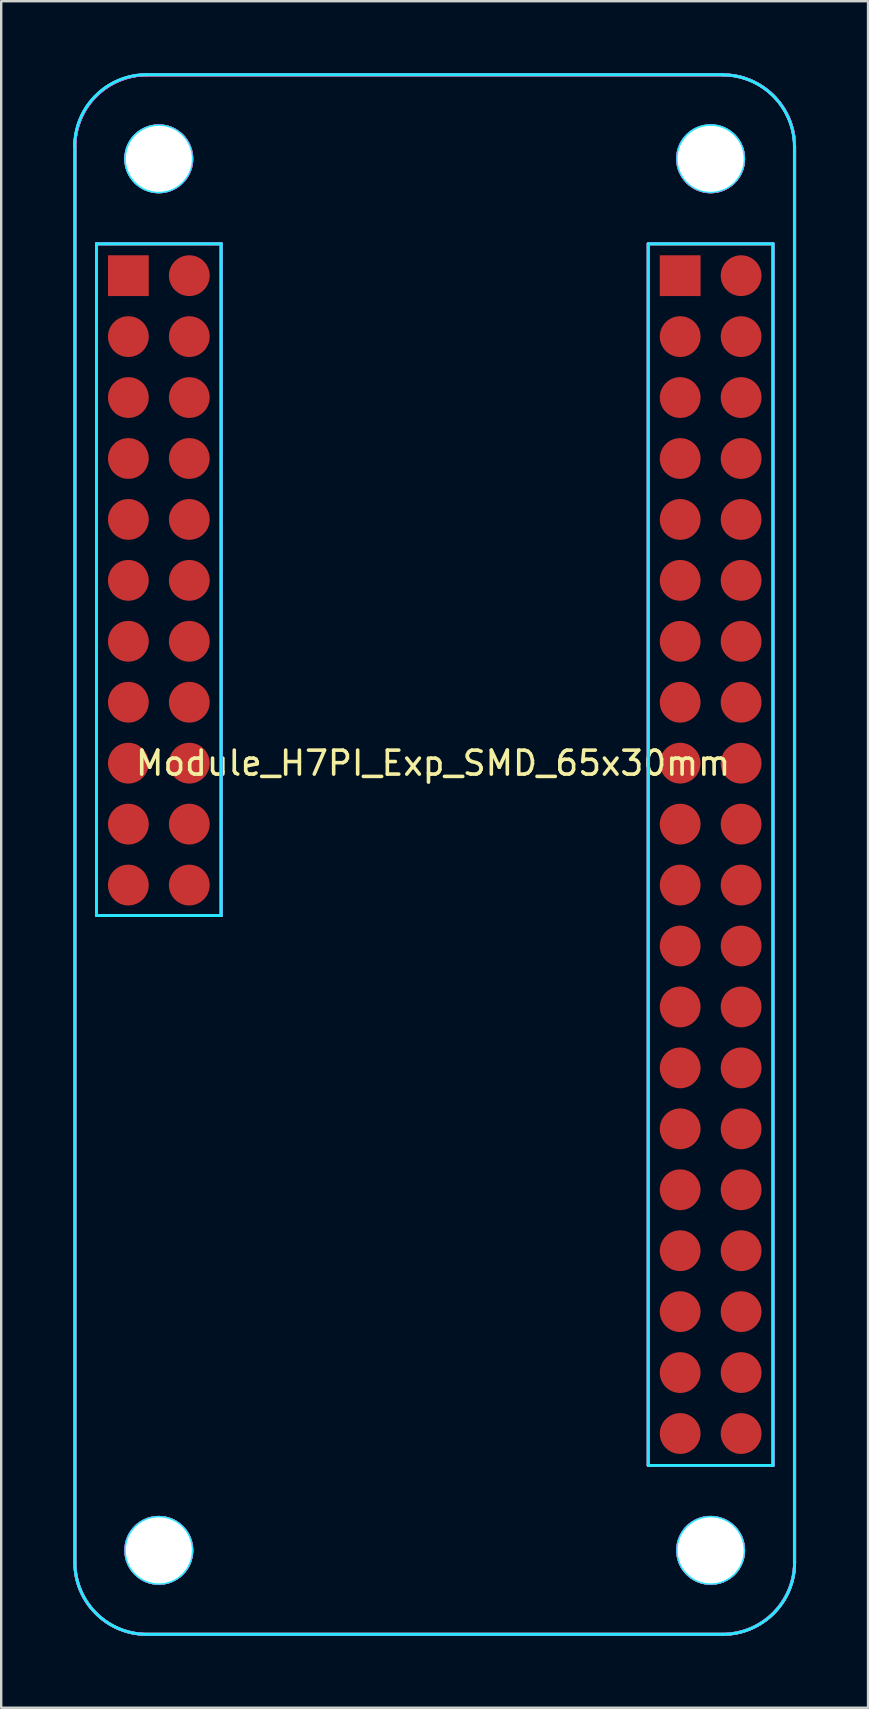
<source format=kicad_pcb>
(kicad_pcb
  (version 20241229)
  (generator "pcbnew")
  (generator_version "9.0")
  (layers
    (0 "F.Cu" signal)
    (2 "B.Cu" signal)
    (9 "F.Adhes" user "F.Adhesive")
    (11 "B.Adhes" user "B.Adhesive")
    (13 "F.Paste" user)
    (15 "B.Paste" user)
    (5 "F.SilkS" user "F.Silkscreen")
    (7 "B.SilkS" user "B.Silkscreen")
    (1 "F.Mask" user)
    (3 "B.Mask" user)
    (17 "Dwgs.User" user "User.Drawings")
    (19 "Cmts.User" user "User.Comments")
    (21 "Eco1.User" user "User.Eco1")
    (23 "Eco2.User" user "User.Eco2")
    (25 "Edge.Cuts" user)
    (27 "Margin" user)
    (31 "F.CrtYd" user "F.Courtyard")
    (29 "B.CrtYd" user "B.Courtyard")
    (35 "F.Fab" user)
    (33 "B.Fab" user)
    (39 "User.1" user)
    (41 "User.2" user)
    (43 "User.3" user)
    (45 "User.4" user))
  (footprint "Module_H7PI_Exp_SMD_65x30mm"
    (layer "F.Cu")
    (at 15.07 32.57)
    (property "Reference" "Module_H7PI_Exp_SMD_65x30mm" (at -0.07 -3.81 0) (layer "F.SilkS") (effects (font (size 1 1) (thickness 0.15))))
    (attr exclude_from_pos_files exclude_from_bom)
    (fp_line (start -15 -29.5) (end -15 29.5) (stroke (width 0.12) (type solid)) (layer "F.SilkS"))
    (fp_line (start -14.1 -25.46) (end -14.1 2.54) (stroke (width 0.12) (type solid)) (layer "F.SilkS"))
    (fp_line (start -14.1 -25.46) (end -8.9 -25.46) (stroke (width 0.12) (type solid)) (layer "F.SilkS"))
    (fp_line (start -14.1 2.54) (end -8.9 2.54) (stroke (width 0.12) (type solid)) (layer "F.SilkS"))
    (fp_line (start -12 32.5) (end 12 32.5) (stroke (width 0.12) (type solid)) (layer "F.SilkS"))
    (fp_line (start -8.9 -25.46) (end -8.9 2.54) (stroke (width 0.12) (type solid)) (layer "F.SilkS"))
    (fp_line (start 8.9 -25.46) (end 8.9 25.46) (stroke (width 0.12) (type solid)) (layer "F.SilkS"))
    (fp_line (start 8.9 -25.46) (end 14.1 -25.46) (stroke (width 0.12) (type solid)) (layer "F.SilkS"))
    (fp_line (start 8.9 25.46) (end 14.1 25.46) (stroke (width 0.12) (type solid)) (layer "F.SilkS"))
    (fp_line (start 12 -32.5) (end -12 -32.5) (stroke (width 0.12) (type solid)) (layer "F.SilkS"))
    (fp_line (start 14.1 -25.46) (end 14.1 25.46) (stroke (width 0.12) (type solid)) (layer "F.SilkS"))
    (fp_line (start 15 -29.5) (end 15 29.5) (stroke (width 0.12) (type solid)) (layer "F.SilkS"))
    (fp_arc (start -15 -29.5) (mid -14.12132 -31.62132) (end -12 -32.5) (stroke (width 0.12) (type solid)) (layer "F.SilkS"))
    (fp_arc (start -12 32.5) (mid -14.12132 31.62132) (end -15 29.5) (stroke (width 0.12) (type solid)) (layer "F.SilkS"))
    (fp_arc (start 12 -32.5) (mid 14.12132 -31.62132) (end 15 -29.5) (stroke (width 0.12) (type solid)) (layer "F.SilkS"))
    (fp_arc (start 15 29.5) (mid 14.12132 31.62132) (end 12 32.5) (stroke (width 0.12) (type solid)) (layer "F.SilkS"))
    (fp_circle (center -11.5 -29) (end -10.125 -29) (stroke (width 0.12) (type solid)) (fill no) (layer "F.SilkS"))
    (fp_circle (center -11.5 29) (end -10.125 29) (stroke (width 0.12) (type solid)) (fill no) (layer "F.SilkS"))
    (fp_circle (center 11.5 -29) (end 12.875 -29) (stroke (width 0.12) (type solid)) (fill no) (layer "F.SilkS"))
    (fp_circle (center 11.5 29) (end 12.875 29) (stroke (width 0.12) (type solid)) (fill no) (layer "F.SilkS"))
    (fp_line (start -15 -29.5) (end -15 29.5) (stroke (width 0.12) (type solid)) (layer "B.SilkS"))
    (fp_line (start -14.1 -25.46) (end -8.9 -25.46) (stroke (width 0.12) (type solid)) (layer "B.SilkS"))
    (fp_line (start -14.1 2.54) (end -14.1 -25.46) (stroke (width 0.12) (type solid)) (layer "B.SilkS"))
    (fp_line (start -12 32.5) (end 12 32.5) (stroke (width 0.12) (type solid)) (layer "B.SilkS"))
    (fp_line (start -8.9 -25.46) (end -8.9 2.54) (stroke (width 0.12) (type solid)) (layer "B.SilkS"))
    (fp_line (start -8.9 2.54) (end -14.1 2.54) (stroke (width 0.12) (type solid)) (layer "B.SilkS"))
    (fp_line (start 8.9 -25.46) (end 8.9 25.46) (stroke (width 0.12) (type solid)) (layer "B.SilkS"))
    (fp_line (start 8.9 25.46) (end 14.1 25.46) (stroke (width 0.12) (type solid)) (layer "B.SilkS"))
    (fp_line (start 12 -32.5) (end -12 -32.5) (stroke (width 0.12) (type solid)) (layer "B.SilkS"))
    (fp_line (start 14.1 -25.46) (end 8.9 -25.46) (stroke (width 0.12) (type solid)) (layer "B.SilkS"))
    (fp_line (start 14.1 25.46) (end 14.1 -25.46) (stroke (width 0.12) (type solid)) (layer "B.SilkS"))
    (fp_line (start 15 -29.5) (end 15 29.5) (stroke (width 0.12) (type solid)) (layer "B.SilkS"))
    (fp_arc (start -15 -29.5) (mid -14.12132 -31.62132) (end -12 -32.5) (stroke (width 0.12) (type solid)) (layer "B.SilkS"))
    (fp_arc (start -12 32.5) (mid -14.12132 31.62132) (end -15 29.5) (stroke (width 0.12) (type solid)) (layer "B.SilkS"))
    (fp_arc (start 12 -32.5) (mid 14.12132 -31.62132) (end 15 -29.5) (stroke (width 0.12) (type solid)) (layer "B.SilkS"))
    (fp_arc (start 15 29.5) (mid 14.12132 31.62132) (end 12 32.5) (stroke (width 0.12) (type solid)) (layer "B.SilkS"))
    (fp_circle (center -11.5 -29) (end -10.125 -29) (stroke (width 0.12) (type solid)) (fill no) (layer "B.SilkS"))
    (fp_circle (center -11.5 29) (end -10.125 29) (stroke (width 0.12) (type solid)) (fill no) (layer "B.SilkS"))
    (fp_circle (center 11.5 -29) (end 12.875 -29) (stroke (width 0.12) (type solid)) (fill no) (layer "B.SilkS"))
    (fp_circle (center 11.5 29) (end 12.875 29) (stroke (width 0.12) (type solid)) (fill no) (layer "B.SilkS"))
    (fp_line (start -15 -29.5) (end -15 29.5) (stroke (width 0.12) (type solid)) (layer "B.CrtYd"))
    (fp_line (start -14.1 -25.46) (end -14.1 2.54) (stroke (width 0.12) (type solid)) (layer "B.CrtYd"))
    (fp_line (start -14.1 2.54) (end -8.9 2.54) (stroke (width 0.12) (type solid)) (layer "B.CrtYd"))
    (fp_line (start -12 32.5) (end 12 32.5) (stroke (width 0.12) (type solid)) (layer "B.CrtYd"))
    (fp_line (start -8.9 -25.46) (end -14.1 -25.46) (stroke (width 0.12) (type solid)) (layer "B.CrtYd"))
    (fp_line (start -8.9 2.54) (end -8.9 -25.46) (stroke (width 0.12) (type solid)) (layer "B.CrtYd"))
    (fp_line (start 8.9 -25.46) (end 8.9 25.46) (stroke (width 0.12) (type solid)) (layer "B.CrtYd"))
    (fp_line (start 8.9 25.46) (end 14.1 25.46) (stroke (width 0.12) (type solid)) (layer "B.CrtYd"))
    (fp_line (start 11.99 -32.51) (end -12.01 -32.51) (stroke (width 0.12) (type solid)) (layer "B.CrtYd"))
    (fp_line (start 14.1 -25.46) (end 8.9 -25.46) (stroke (width 0.12) (type solid)) (layer "B.CrtYd"))
    (fp_line (start 14.1 25.46) (end 14.1 -25.46) (stroke (width 0.12) (type solid)) (layer "B.CrtYd"))
    (fp_line (start 14.99 -29.5) (end 14.99 29.5) (stroke (width 0.12) (type solid)) (layer "B.CrtYd"))
    (fp_arc (start -15.01 -29.51) (mid -14.13132 -31.63132) (end -12.01 -32.51) (stroke (width 0.12) (type solid)) (layer "B.CrtYd"))
    (fp_arc (start -12 32.5) (mid -14.12132 31.62132) (end -15 29.5) (stroke (width 0.12) (type solid)) (layer "B.CrtYd"))
    (fp_arc (start 11.99 -32.5) (mid 14.11132 -31.62132) (end 14.99 -29.5) (stroke (width 0.12) (type solid)) (layer "B.CrtYd"))
    (fp_arc (start 15 29.5) (mid 14.12132 31.62132) (end 12 32.5) (stroke (width 0.12) (type solid)) (layer "B.CrtYd"))
    (fp_circle (center -11.51 -29) (end -10.135 -29) (stroke (width 0.12) (type solid)) (fill no) (layer "B.CrtYd"))
    (fp_circle (center -11.5 29) (end -10.125 29) (stroke (width 0.12) (type solid)) (fill no) (layer "B.CrtYd"))
    (fp_circle (center 11.5 -29.01) (end 12.875 -29.01) (stroke (width 0.12) (type solid)) (fill no) (layer "B.CrtYd"))
    (fp_circle (center 11.5 29) (end 12.875 29) (stroke (width 0.12) (type solid)) (fill no) (layer "B.CrtYd"))
    (fp_line (start -15 -29.5) (end -15 29.5) (stroke (width 0.12) (type solid)) (layer "F.CrtYd"))
    (fp_line (start -14.1 -25.46) (end -14.1 2.54) (stroke (width 0.12) (type solid)) (layer "F.CrtYd"))
    (fp_line (start -14.1 -25.46) (end -8.9 -25.46) (stroke (width 0.12) (type solid)) (layer "F.CrtYd"))
    (fp_line (start -14.1 2.54) (end -8.9 2.54) (stroke (width 0.12) (type solid)) (layer "F.CrtYd"))
    (fp_line (start -12 32.5) (end 12 32.5) (stroke (width 0.12) (type solid)) (layer "F.CrtYd"))
    (fp_line (start -8.9 -25.46) (end -8.9 2.54) (stroke (width 0.12) (type solid)) (layer "F.CrtYd"))
    (fp_line (start 8.9 -25.46) (end 14.1 -25.46) (stroke (width 0.12) (type solid)) (layer "F.CrtYd"))
    (fp_line (start 8.9 25.46) (end 8.9 -25.46) (stroke (width 0.12) (type solid)) (layer "F.CrtYd"))
    (fp_line (start 12 -32.5) (end -12 -32.5) (stroke (width 0.12) (type solid)) (layer "F.CrtYd"))
    (fp_line (start 14.1 -25.46) (end 14.1 25.46) (stroke (width 0.12) (type solid)) (layer "F.CrtYd"))
    (fp_line (start 14.1 25.46) (end 8.9 25.46) (stroke (width 0.12) (type solid)) (layer "F.CrtYd"))
    (fp_line (start 15 -29.5) (end 15 29.5) (stroke (width 0.12) (type solid)) (layer "F.CrtYd"))
    (fp_arc (start -15 -29.5) (mid -14.12132 -31.62132) (end -12 -32.5) (stroke (width 0.12) (type solid)) (layer "F.CrtYd"))
    (fp_arc (start -12 32.5) (mid -14.12132 31.62132) (end -15 29.5) (stroke (width 0.12) (type solid)) (layer "F.CrtYd"))
    (fp_arc (start 12 -32.5) (mid 14.12132 -31.62132) (end 15 -29.5) (stroke (width 0.12) (type solid)) (layer "F.CrtYd"))
    (fp_arc (start 15 29.5) (mid 14.12132 31.62132) (end 12 32.5) (stroke (width 0.12) (type solid)) (layer "F.CrtYd"))
    (fp_circle (center -11.5 -29) (end -10.125 -29) (stroke (width 0.12) (type solid)) (fill no) (layer "F.CrtYd"))
    (fp_circle (center -11.5 29) (end -10.125 29) (stroke (width 0.12) (type solid)) (fill no) (layer "F.CrtYd"))
    (fp_circle (center 11.5 -29) (end 12.875 -29) (stroke (width 0.12) (type solid)) (fill no) (layer "F.CrtYd"))
    (fp_circle (center 11.5 29) (end 12.875 29) (stroke (width 0.12) (type solid)) (fill no) (layer "F.CrtYd"))
    (fp_line (start -15 -29.5) (end -15 29.5) (stroke (width 0.12) (type solid)) (layer "B.Fab"))
    (fp_line (start -14.1 -25.46) (end -14.1 2.54) (stroke (width 0.12) (type solid)) (layer "B.Fab"))
    (fp_line (start -14.1 2.54) (end -8.9 2.54) (stroke (width 0.12) (type solid)) (layer "B.Fab"))
    (fp_line (start -12 32.5) (end 12 32.5) (stroke (width 0.12) (type solid)) (layer "B.Fab"))
    (fp_line (start -8.9 -25.46) (end -14.1 -25.46) (stroke (width 0.12) (type solid)) (layer "B.Fab"))
    (fp_line (start -8.9 2.54) (end -8.9 -25.46) (stroke (width 0.12) (type solid)) (layer "B.Fab"))
    (fp_line (start 8.9 -25.46) (end 8.9 25.46) (stroke (width 0.12) (type solid)) (layer "B.Fab"))
    (fp_line (start 8.9 25.46) (end 14.1 25.46) (stroke (width 0.12) (type solid)) (layer "B.Fab"))
    (fp_line (start 12 -32.5) (end -12 -32.5) (stroke (width 0.12) (type solid)) (layer "B.Fab"))
    (fp_line (start 14.1 -25.46) (end 8.9 -25.46) (stroke (width 0.12) (type solid)) (layer "B.Fab"))
    (fp_line (start 14.1 25.46) (end 14.1 -25.46) (stroke (width 0.12) (type solid)) (layer "B.Fab"))
    (fp_line (start 15 -29.5) (end 15 29.5) (stroke (width 0.12) (type solid)) (layer "B.Fab"))
    (fp_arc (start -15 -29.51) (mid -14.12132 -31.63132) (end -12 -32.51) (stroke (width 0.12) (type solid)) (layer "B.Fab"))
    (fp_arc (start -12 32.5) (mid -14.12132 31.62132) (end -15 29.5) (stroke (width 0.12) (type solid)) (layer "B.Fab"))
    (fp_arc (start 12 -32.5) (mid 14.12132 -31.62132) (end 15 -29.5) (stroke (width 0.12) (type solid)) (layer "B.Fab"))
    (fp_arc (start 14.99 29.49) (mid 14.11132 31.61132) (end 11.99 32.49) (stroke (width 0.12) (type solid)) (layer "B.Fab"))
    (fp_circle (center -11.51 28.995) (end -10.135 28.995) (stroke (width 0.12) (type solid)) (fill no) (layer "B.Fab"))
    (fp_circle (center -11.5 -29) (end -10.125 -29) (stroke (width 0.12) (type solid)) (fill no) (layer "B.Fab"))
    (fp_circle (center 11.49 -29.01) (end 12.865 -29.01) (stroke (width 0.12) (type solid)) (fill no) (layer "B.Fab"))
    (fp_circle (center 11.495 28.99) (end 12.87 28.99) (stroke (width 0.12) (type solid)) (fill no) (layer "B.Fab"))
    (fp_line (start -15 -29.5) (end -15 29.5) (stroke (width 0.12) (type solid)) (layer "F.Fab"))
    (fp_line (start -14.1 -25.46) (end -14.1 2.54) (stroke (width 0.12) (type solid)) (layer "F.Fab"))
    (fp_line (start -14.1 -25.46) (end -8.9 -25.46) (stroke (width 0.12) (type solid)) (layer "F.Fab"))
    (fp_line (start -14.1 2.54) (end -8.9 2.54) (stroke (width 0.12) (type solid)) (layer "F.Fab"))
    (fp_line (start -12 32.5) (end 12 32.5) (stroke (width 0.12) (type solid)) (layer "F.Fab"))
    (fp_line (start -8.9 -25.46) (end -8.9 2.54) (stroke (width 0.12) (type solid)) (layer "F.Fab"))
    (fp_line (start 8.9 -25.46) (end 14.1 -25.46) (stroke (width 0.12) (type solid)) (layer "F.Fab"))
    (fp_line (start 8.9 25.46) (end 8.9 -25.45) (stroke (width 0.12) (type solid)) (layer "F.Fab"))
    (fp_line (start 12 -32.5) (end -12 -32.5) (stroke (width 0.12) (type solid)) (layer "F.Fab"))
    (fp_line (start 14.1 -25.46) (end 14.1 25.46) (stroke (width 0.12) (type solid)) (layer "F.Fab"))
    (fp_line (start 14.1 25.46) (end 8.9 25.46) (stroke (width 0.12) (type solid)) (layer "F.Fab"))
    (fp_line (start 15 -29.5) (end 15 29.5) (stroke (width 0.12) (type solid)) (layer "F.Fab"))
    (fp_arc (start -15 -29.5) (mid -14.12132 -31.62132) (end -12 -32.5) (stroke (width 0.12) (type solid)) (layer "F.Fab"))
    (fp_arc (start -12 32.5) (mid -14.12132 31.62132) (end -15 29.5) (stroke (width 0.12) (type solid)) (layer "F.Fab"))
    (fp_arc (start 12 -32.5) (mid 14.12132 -31.62132) (end 15 -29.5) (stroke (width 0.12) (type solid)) (layer "F.Fab"))
    (fp_arc (start 15 29.5) (mid 14.12132 31.62132) (end 12 32.5) (stroke (width 0.12) (type solid)) (layer "F.Fab"))
    (fp_circle (center -11.5 -29) (end -10.125 -29) (stroke (width 0.12) (type solid)) (fill no) (layer "F.Fab"))
    (fp_circle (center -11.5 29) (end -10.125 29) (stroke (width 0.12) (type solid)) (fill no) (layer "F.Fab"))
    (fp_circle (center 11.5 -29) (end 12.875 -29) (stroke (width 0.12) (type solid)) (fill no) (layer "F.Fab"))
    (fp_circle (center 11.5 29) (end 12.875 29) (stroke (width 0.12) (type solid)) (fill no) (layer "F.Fab"))
    (pad "" np_thru_hole circle (at -11.5 -29) (size 2.75 2.75) (drill 2.75) (layers "*.Cu" "*.Mask"))
    (pad "" np_thru_hole circle (at -11.5 29) (size 2.75 2.75) (drill 2.75) (layers "*.Cu" "*.Mask"))
    (pad "" np_thru_hole circle (at 11.5 -29) (size 2.75 2.75) (drill 2.75) (layers "*.Cu" "*.Mask"))
    (pad "" np_thru_hole circle (at 11.5 29) (size 2.75 2.75) (drill 2.75) (layers "*.Cu" "*.Mask"))
    (pad "1" smd rect (at -12.77 -24.13) (size 1.7 1.7) (layers "F.Cu" "F.Mask" "F.Paste"))
    (pad "2" smd circle (at -10.23 -24.13) (size 1.7 1.7) (layers "F.Cu" "F.Mask" "F.Paste"))
    (pad "3" smd circle (at -12.77 -21.59) (size 1.7 1.7) (layers "F.Cu" "F.Mask" "F.Paste"))
    (pad "4" smd circle (at -10.23 -21.59) (size 1.7 1.7) (layers "F.Cu" "F.Mask" "F.Paste"))
    (pad "5" smd circle (at -12.77 -19.05) (size 1.7 1.7) (layers "F.Cu" "F.Mask" "F.Paste"))
    (pad "6" smd circle (at -10.23 -19.05) (size 1.7 1.7) (layers "F.Cu" "F.Mask" "F.Paste"))
    (pad "7" smd circle (at -12.77 -16.51) (size 1.7 1.7) (layers "F.Cu" "F.Mask" "F.Paste"))
    (pad "8" smd circle (at -10.23 -16.51) (size 1.7 1.7) (layers "F.Cu" "F.Mask" "F.Paste"))
    (pad "9" smd circle (at -12.77 -13.97) (size 1.7 1.7) (layers "F.Cu" "F.Mask" "F.Paste"))
    (pad "10" smd circle (at -10.23 -13.97) (size 1.7 1.7) (layers "F.Cu" "F.Mask" "F.Paste"))
    (pad "11" smd circle (at -12.77 -11.43) (size 1.7 1.7) (layers "F.Cu" "F.Mask" "F.Paste"))
    (pad "12" smd circle (at -10.23 -11.43) (size 1.7 1.7) (layers "F.Cu" "F.Mask" "F.Paste"))
    (pad "13" smd circle (at -12.77 -8.89) (size 1.7 1.7) (layers "F.Cu" "F.Mask" "F.Paste"))
    (pad "14" smd circle (at -10.23 -8.89) (size 1.7 1.7) (layers "F.Cu" "F.Mask" "F.Paste"))
    (pad "15" smd circle (at -12.77 -6.35) (size 1.7 1.7) (layers "F.Cu" "F.Mask" "F.Paste"))
    (pad "16" smd circle (at -10.23 -6.35) (size 1.7 1.7) (layers "F.Cu" "F.Mask" "F.Paste"))
    (pad "17" smd circle (at -12.77 -3.81) (size 1.7 1.7) (layers "F.Cu" "F.Mask" "F.Paste"))
    (pad "18" smd circle (at -10.23 -3.81) (size 1.7 1.7) (layers "F.Cu" "F.Mask" "F.Paste"))
    (pad "19" smd circle (at -12.77 -1.27) (size 1.7 1.7) (layers "F.Cu" "F.Mask" "F.Paste"))
    (pad "20" smd circle (at -10.23 -1.27) (size 1.7 1.7) (layers "F.Cu" "F.Mask" "F.Paste"))
    (pad "21" smd circle (at -12.77 1.27) (size 1.7 1.7) (layers "F.Cu" "F.Mask" "F.Paste"))
    (pad "21" smd rect (at 10.23 -24.13) (size 1.7 1.7) (layers "F.Cu" "F.Mask" "F.Paste"))
    (pad "22" smd circle (at -10.23 1.27) (size 1.7 1.7) (layers "F.Cu" "F.Mask" "F.Paste"))
    (pad "22" smd circle (at 12.77 -24.13) (size 1.7 1.7) (layers "F.Cu" "F.Mask" "F.Paste"))
    (pad "23" smd circle (at 10.23 -21.59) (size 1.7 1.7) (layers "F.Cu" "F.Mask" "F.Paste"))
    (pad "24" smd circle (at 12.77 -21.59) (size 1.7 1.7) (layers "F.Cu" "F.Mask" "F.Paste"))
    (pad "25" smd circle (at 10.23 -19.05) (size 1.7 1.7) (layers "F.Cu" "F.Mask" "F.Paste"))
    (pad "26" smd circle (at 12.77 -19.05) (size 1.7 1.7) (layers "F.Cu" "F.Mask" "F.Paste"))
    (pad "27" smd circle (at 10.23 -16.51) (size 1.7 1.7) (layers "F.Cu" "F.Mask" "F.Paste"))
    (pad "28" smd circle (at 12.77 -16.51) (size 1.7 1.7) (layers "F.Cu" "F.Mask" "F.Paste"))
    (pad "29" smd circle (at 10.23 -13.97) (size 1.7 1.7) (layers "F.Cu" "F.Mask" "F.Paste"))
    (pad "30" smd circle (at 12.77 -13.97) (size 1.7 1.7) (layers "F.Cu" "F.Mask" "F.Paste"))
    (pad "31" smd circle (at 10.23 -11.43) (size 1.7 1.7) (layers "F.Cu" "F.Mask" "F.Paste"))
    (pad "32" smd circle (at 12.77 -11.43) (size 1.7 1.7) (layers "F.Cu" "F.Mask" "F.Paste"))
    (pad "33" smd circle (at 10.23 -8.89) (size 1.7 1.7) (layers "F.Cu" "F.Mask" "F.Paste"))
    (pad "34" smd circle (at 12.77 -8.89) (size 1.7 1.7) (layers "F.Cu" "F.Mask" "F.Paste"))
    (pad "35" smd circle (at 10.23 -6.35) (size 1.7 1.7) (layers "F.Cu" "F.Mask" "F.Paste"))
    (pad "36" smd circle (at 12.77 -6.35) (size 1.7 1.7) (layers "F.Cu" "F.Mask" "F.Paste"))
    (pad "37" smd circle (at 10.23 -3.81) (size 1.7 1.7) (layers "F.Cu" "F.Mask" "F.Paste"))
    (pad "38" smd circle (at 12.77 -3.81) (size 1.7 1.7) (layers "F.Cu" "F.Mask" "F.Paste"))
    (pad "39" smd circle (at 10.23 -1.27) (size 1.7 1.7) (layers "F.Cu" "F.Mask" "F.Paste"))
    (pad "40" smd circle (at 12.77 -1.27) (size 1.7 1.7) (layers "F.Cu" "F.Mask" "F.Paste"))
    (pad "41" smd circle (at 10.23 1.27) (size 1.7 1.7) (layers "F.Cu" "F.Mask" "F.Paste"))
    (pad "42" smd circle (at 12.77 1.27) (size 1.7 1.7) (layers "F.Cu" "F.Mask" "F.Paste"))
    (pad "43" smd circle (at 10.23 3.81) (size 1.7 1.7) (layers "F.Cu" "F.Mask" "F.Paste"))
    (pad "44" smd circle (at 12.77 3.81) (size 1.7 1.7) (layers "F.Cu" "F.Mask" "F.Paste"))
    (pad "45" smd circle (at 10.23 6.35) (size 1.7 1.7) (layers "F.Cu" "F.Mask" "F.Paste"))
    (pad "46" smd circle (at 12.77 6.35) (size 1.7 1.7) (layers "F.Cu" "F.Mask" "F.Paste"))
    (pad "47" smd circle (at 10.23 8.89) (size 1.7 1.7) (layers "F.Cu" "F.Mask" "F.Paste"))
    (pad "48" smd circle (at 12.77 8.89) (size 1.7 1.7) (layers "F.Cu" "F.Mask" "F.Paste"))
    (pad "49" smd circle (at 10.23 11.43) (size 1.7 1.7) (layers "F.Cu" "F.Mask" "F.Paste"))
    (pad "50" smd circle (at 12.77 11.43) (size 1.7 1.7) (layers "F.Cu" "F.Mask" "F.Paste"))
    (pad "51" smd circle (at 10.23 13.97) (size 1.7 1.7) (layers "F.Cu" "F.Mask" "F.Paste"))
    (pad "52" smd circle (at 12.77 13.97) (size 1.7 1.7) (layers "F.Cu" "F.Mask" "F.Paste"))
    (pad "53" smd circle (at 10.23 16.51) (size 1.7 1.7) (layers "F.Cu" "F.Mask" "F.Paste"))
    (pad "54" smd circle (at 12.77 16.51) (size 1.7 1.7) (layers "F.Cu" "F.Mask" "F.Paste"))
    (pad "55" smd circle (at 10.23 19.05) (size 1.7 1.7) (layers "F.Cu" "F.Mask" "F.Paste"))
    (pad "56" smd circle (at 12.77 19.05) (size 1.7 1.7) (layers "F.Cu" "F.Mask" "F.Paste"))
    (pad "57" smd circle (at 10.23 21.59) (size 1.7 1.7) (layers "F.Cu" "F.Mask" "F.Paste"))
    (pad "58" smd circle (at 12.77 21.59) (size 1.7 1.7) (layers "F.Cu" "F.Mask" "F.Paste"))
    (pad "59" smd circle (at 10.23 24.13) (size 1.7 1.7) (layers "F.Cu" "F.Mask" "F.Paste"))
    (pad "60" smd circle (at 12.77 24.13) (size 1.7 1.7) (layers "F.Cu" "F.Mask" "F.Paste")))
  (gr_rect
    (start -3 -3)
    (end 33.13 68.13)
    (stroke (width 0.1) (type default))
    (fill no)
    (layer "Edge.Cuts")))
</source>
